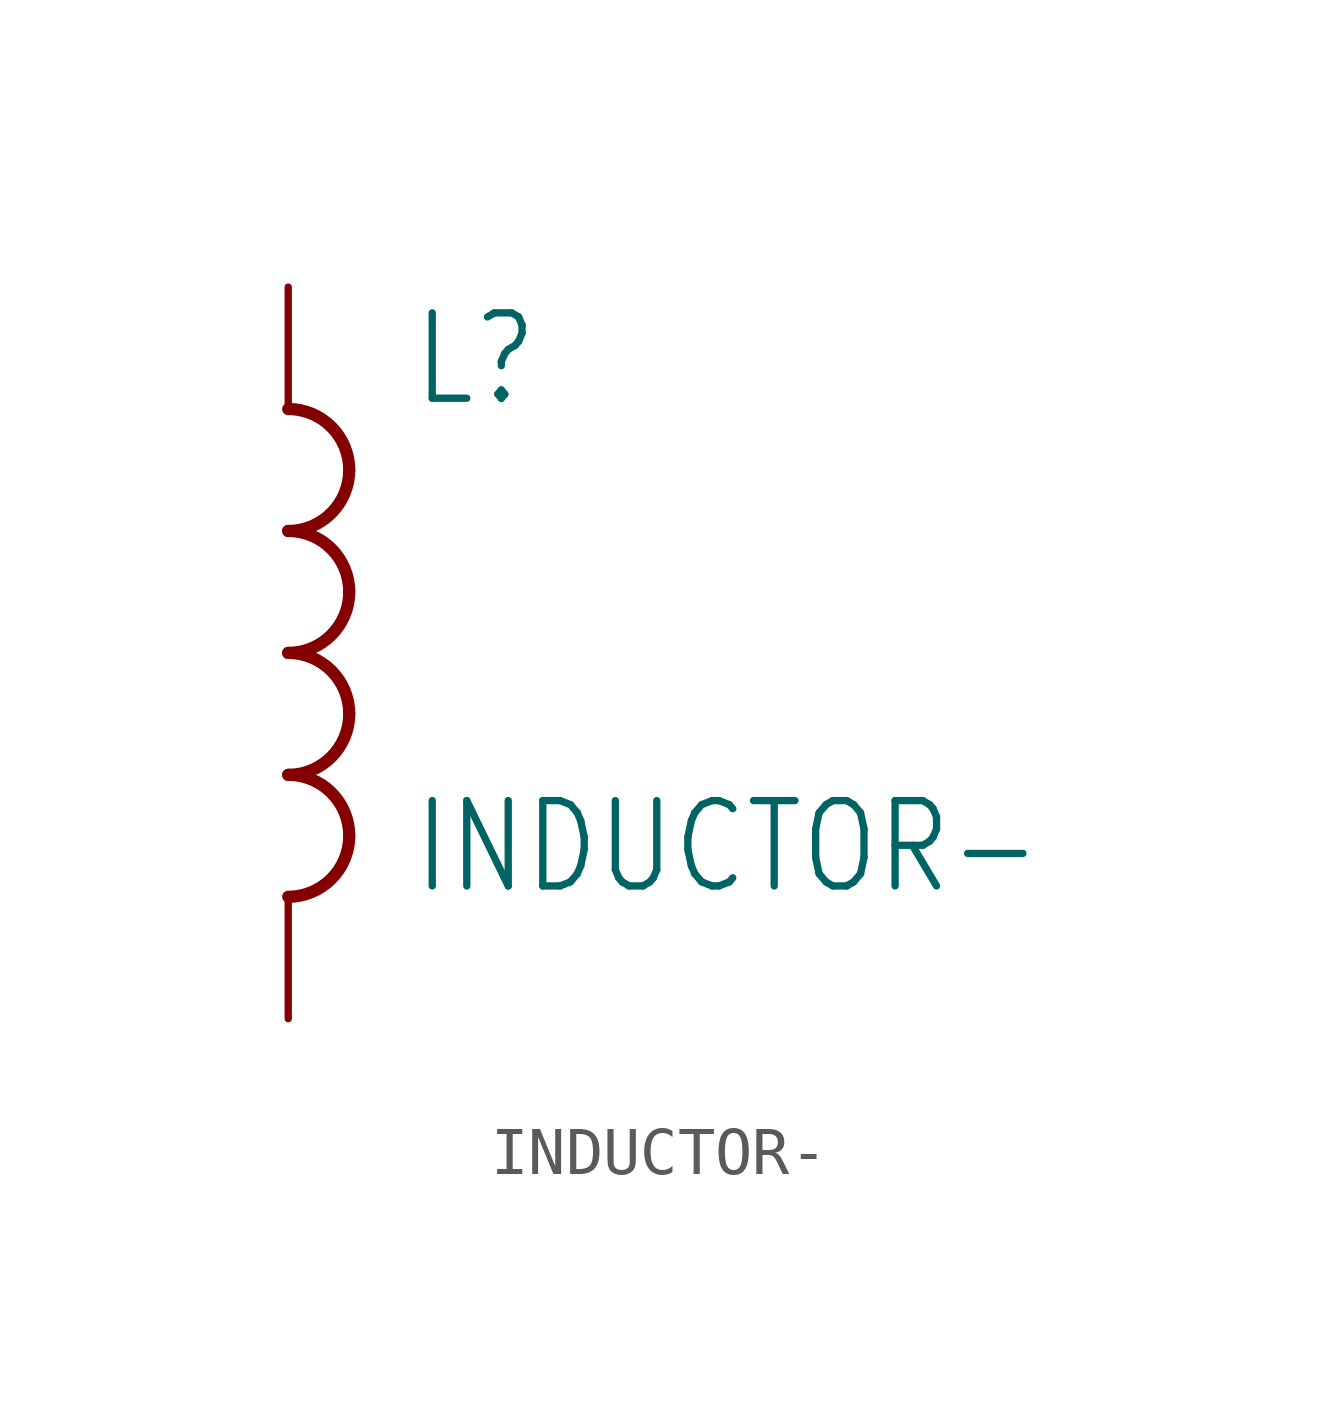
<source format=kicad_sym>
(kicad_symbol_lib
  (version 20211014)
  (generator kicad_symbol_editor)
  (symbol "INDUCTOR-"
    (property "Reference" "L"
      (at 2.54 5.08 0)
      (effects (font (size 1.778 1.511)) (justify left bottom)))
    (property "Value" "INDUCTOR-"
      (at 2.54 -5.08 0)
      (effects (font (size 1.778 1.511)) (justify left bottom)))
    (property "ki_locked" ""
      (at 0 0 0)
      (effects (font (size 1.27 1.27))))
    (symbol "INDUCTOR-_1_0"
      (arc (start 0 -5.08) (mid 0.898 -4.708) (end 1.27 -3.81) (stroke (width 0.254) (type default) (color 0 0 0 0)) (fill (type none)))
      (arc (start 0 -2.54) (mid 0.898 -2.168) (end 1.27 -1.27) (stroke (width 0.254) (type default) (color 0 0 0 0)) (fill (type none)))
      (arc (start 0 0) (mid 0.898 0.372) (end 1.27 1.27) (stroke (width 0.254) (type default) (color 0 0 0 0)) (fill (type none)))
      (arc (start 0 2.54) (mid 0.898 2.912) (end 1.27 3.81) (stroke (width 0.254) (type default) (color 0 0 0 0)) (fill (type none)))
      (arc (start 1.27 -3.81) (mid 0.898 -2.912) (end 0 -2.54) (stroke (width 0.254) (type default) (color 0 0 0 0)) (fill (type none)))
      (arc (start 1.27 -1.27) (mid 0.898 -0.372) (end 0 0) (stroke (width 0.254) (type default) (color 0 0 0 0)) (fill (type none)))
      (arc (start 1.27 1.27) (mid 0.898 2.168) (end 0 2.54) (stroke (width 0.254) (type default) (color 0 0 0 0)) (fill (type none)))
      (arc (start 1.27 3.81) (mid 0.898 4.708) (end 0 5.08) (stroke (width 0.254) (type default) (color 0 0 0 0)) (fill (type none)))
      (pin passive line (at 0 7.62 270) (length 2.54) (name "1" (effects (font (size 0 0)))) (number "1" (effects (font (size 0 0)))))
      (pin passive line (at 0 -7.62 90) (length 2.54) (name "2" (effects (font (size 0 0)))) (number "2" (effects (font (size 0 0))))))))
</source>
